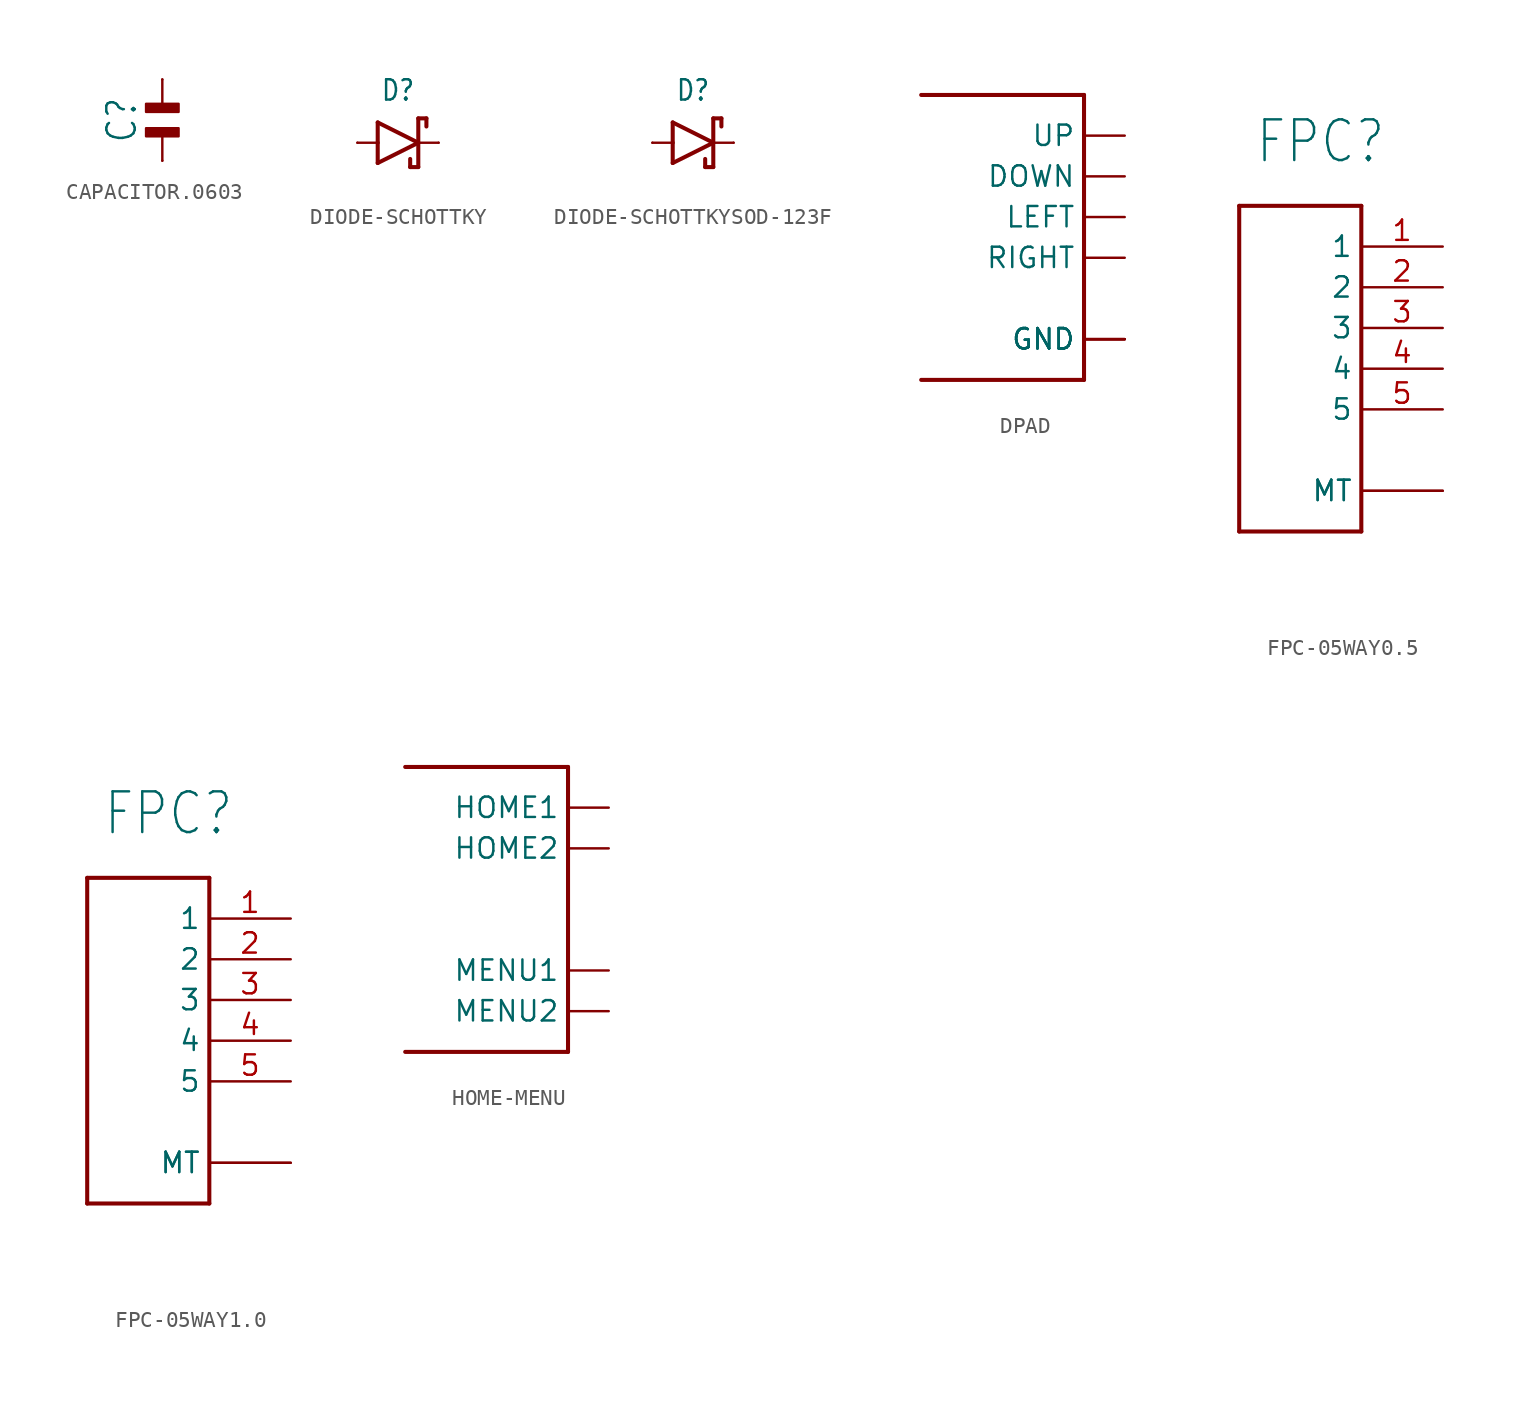
<source format=kicad_sym>
(kicad_symbol_lib
  (version 20220914)
  (generator kicad_symbol_editor)
  (symbol "CAPACITOR.0603"
    (property "Reference" "C"
      (at -2.54 0 90)
      (effects (font (size 1.778 1.511))))
    (property "Value" ""
      (at 2.54 0 90)
      (effects (font (size 1.778 1.511))))
    (property "ki_locked" ""
      (at 0 0 0)
      (effects (font (size 1.27 1.27))))
    (symbol "CAPACITOR.0603_1_0"
      (polyline (pts (xy 0 -0.889) (xy 0 -2.54)) (stroke (width 0.152) (type solid)) (fill (type none)))
      (polyline (pts (xy 0 2.54) (xy 0 0.889)) (stroke (width 0.152) (type solid)) (fill (type none)))
      (rectangle (start 1.016 -1.016) (end -1.016 -0.508) (stroke (width 0) (type default)) (fill (type outline)))
      (rectangle (start 1.016 0.508) (end -1.016 1.016) (stroke (width 0) (type default)) (fill (type outline)))
      (pin bidirectional line (at 0 2.54 270) (length 0) (name "1" (effects (font (size 0 0)))) (number "1" (effects (font (size 0 0)))))
      (pin bidirectional line (at 0 -2.54 90) (length 0) (name "2" (effects (font (size 0 0)))) (number "2" (effects (font (size 0 0)))))))
  (symbol "DIODE-SCHOTTKY"
    (property "Reference" "D"
      (at 0 2.54 0)
      (effects (font (size 1.27 1.079)) (justify bottom)))
    (property "Value" ""
      (at 0 -2.54 0)
      (effects (font (size 1.27 1.079)) (justify top)))
    (property "ki_locked" ""
      (at 0 0 0)
      (effects (font (size 1.27 1.27))))
    (symbol "DIODE-SCHOTTKY_1_0"
      (polyline (pts (xy -2.54 0) (xy -1.27 0)) (stroke (width 0.152) (type solid)) (fill (type none)))
      (polyline (pts (xy -1.27 -1.27) (xy 1.27 0)) (stroke (width 0.254) (type solid)) (fill (type none)))
      (polyline (pts (xy -1.27 0) (xy -1.27 -1.27)) (stroke (width 0.254) (type solid)) (fill (type none)))
      (polyline (pts (xy -1.27 1.27) (xy -1.27 0)) (stroke (width 0.254) (type solid)) (fill (type none)))
      (polyline (pts (xy 0.762 -1.524) (xy 0.762 -1.016)) (stroke (width 0.254) (type solid)) (fill (type none)))
      (polyline (pts (xy 1.27 -1.524) (xy 0.762 -1.524)) (stroke (width 0.254) (type solid)) (fill (type none)))
      (polyline (pts (xy 1.27 0) (xy -1.27 1.27)) (stroke (width 0.254) (type solid)) (fill (type none)))
      (polyline (pts (xy 1.27 0) (xy 1.27 -1.524)) (stroke (width 0.254) (type solid)) (fill (type none)))
      (polyline (pts (xy 1.27 1.524) (xy 1.27 0)) (stroke (width 0.254) (type solid)) (fill (type none)))
      (polyline (pts (xy 1.27 1.524) (xy 1.778 1.524)) (stroke (width 0.254) (type solid)) (fill (type none)))
      (polyline (pts (xy 1.778 1.524) (xy 1.778 1.016)) (stroke (width 0.254) (type solid)) (fill (type none)))
      (polyline (pts (xy 2.54 0) (xy 1.27 0)) (stroke (width 0.152) (type solid)) (fill (type none)))
      (pin passive line (at -2.54 0 0) (length 0) (name "A" (effects (font (size 0 0)))) (number "A" (effects (font (size 0 0)))))
      (pin passive line (at 2.54 0 180) (length 0) (name "C" (effects (font (size 0 0)))) (number "C" (effects (font (size 0 0)))))))
  (symbol "DIODE-SCHOTTKYSOD-123F"
    (property "Reference" "D"
      (at 0 2.54 0)
      (effects (font (size 1.27 1.079)) (justify bottom)))
    (property "Value" ""
      (at 0 -2.54 0)
      (effects (font (size 1.27 1.079)) (justify top)))
    (property "ki_locked" ""
      (at 0 0 0)
      (effects (font (size 1.27 1.27))))
    (symbol "DIODE-SCHOTTKYSOD-123F_1_0"
      (polyline (pts (xy -2.54 0) (xy -1.27 0)) (stroke (width 0.152) (type solid)) (fill (type none)))
      (polyline (pts (xy -1.27 -1.27) (xy 1.27 0)) (stroke (width 0.254) (type solid)) (fill (type none)))
      (polyline (pts (xy -1.27 0) (xy -1.27 -1.27)) (stroke (width 0.254) (type solid)) (fill (type none)))
      (polyline (pts (xy -1.27 1.27) (xy -1.27 0)) (stroke (width 0.254) (type solid)) (fill (type none)))
      (polyline (pts (xy 0.762 -1.524) (xy 0.762 -1.016)) (stroke (width 0.254) (type solid)) (fill (type none)))
      (polyline (pts (xy 1.27 -1.524) (xy 0.762 -1.524)) (stroke (width 0.254) (type solid)) (fill (type none)))
      (polyline (pts (xy 1.27 0) (xy -1.27 1.27)) (stroke (width 0.254) (type solid)) (fill (type none)))
      (polyline (pts (xy 1.27 0) (xy 1.27 -1.524)) (stroke (width 0.254) (type solid)) (fill (type none)))
      (polyline (pts (xy 1.27 1.524) (xy 1.27 0)) (stroke (width 0.254) (type solid)) (fill (type none)))
      (polyline (pts (xy 1.27 1.524) (xy 1.778 1.524)) (stroke (width 0.254) (type solid)) (fill (type none)))
      (polyline (pts (xy 1.778 1.524) (xy 1.778 1.016)) (stroke (width 0.254) (type solid)) (fill (type none)))
      (polyline (pts (xy 2.54 0) (xy 1.27 0)) (stroke (width 0.152) (type solid)) (fill (type none)))
      (pin passive line (at -2.54 0 0) (length 0) (name "A" (effects (font (size 0 0)))) (number "A" (effects (font (size 0 0)))))
      (pin passive line (at 2.54 0 180) (length 0) (name "C" (effects (font (size 0 0)))) (number "C" (effects (font (size 0 0)))))))
  (symbol "DPAD"
    (property "Reference" ""
      (at -5.08 10.16 0)
      (effects (font (size 1.27 1.079)) (justify left bottom) hide))
    (property "ki_locked" ""
      (at 0 0 0)
      (effects (font (size 1.27 1.27))))
    (symbol "DPAD_1_0"
      (polyline (pts (xy -5.08 7.62) (xy 5.08 7.62)) (stroke (width 0.254) (type solid)) (fill (type none)))
      (polyline (pts (xy 5.08 -10.16) (xy -5.08 -10.16)) (stroke (width 0.254) (type solid)) (fill (type none)))
      (polyline (pts (xy 5.08 7.62) (xy 5.08 -10.16)) (stroke (width 0.254) (type solid)) (fill (type none)))
      (pin bidirectional line (at 7.62 2.54 180) (length 2.54) (name "DOWN" (effects (font (size 1.27 1.27)))) (number "DOWN" (effects (font (size 0 0)))))
      (pin bidirectional line (at 7.62 -7.62 180) (length 2.54) (name "GND" (effects (font (size 1.27 1.27)))) (number "GND1" (effects (font (size 0 0)))))
      (pin bidirectional line (at 7.62 -7.62 180) (length 2.54) (name "GND" (effects (font (size 1.27 1.27)))) (number "GND2" (effects (font (size 0 0)))))
      (pin bidirectional line (at 7.62 -7.62 180) (length 2.54) (name "GND" (effects (font (size 1.27 1.27)))) (number "GND3" (effects (font (size 0 0)))))
      (pin bidirectional line (at 7.62 -7.62 180) (length 2.54) (name "GND" (effects (font (size 1.27 1.27)))) (number "GND4" (effects (font (size 0 0)))))
      (pin bidirectional line (at 7.62 0 180) (length 2.54) (name "LEFT" (effects (font (size 1.27 1.27)))) (number "LEFT" (effects (font (size 0 0)))))
      (pin bidirectional line (at 7.62 -2.54 180) (length 2.54) (name "RIGHT" (effects (font (size 1.27 1.27)))) (number "RIGHT" (effects (font (size 0 0)))))
      (pin bidirectional line (at 7.62 5.08 180) (length 2.54) (name "UP" (effects (font (size 1.27 1.27)))) (number "UP" (effects (font (size 0 0)))))))
  (symbol "FPC-05WAY0.5"
    (property "Reference" "FPC"
      (at -2.54 5.08 0)
      (effects (font (size 2.54 2.159)) (justify bottom)))
    (property "Value" ""
      (at -2.54 -20.32 0)
      (effects (font (size 2.54 2.159)) (justify top)))
    (property "ki_locked" ""
      (at 0 0 0)
      (effects (font (size 1.27 1.27))))
    (symbol "FPC-05WAY0.5_1_0"
      (polyline (pts (xy -7.62 -17.78) (xy 0 -17.78)) (stroke (width 0.254) (type solid)) (fill (type none)))
      (polyline (pts (xy -7.62 2.54) (xy -7.62 -17.78)) (stroke (width 0.254) (type solid)) (fill (type none)))
      (polyline (pts (xy 0 2.54) (xy -7.62 2.54)) (stroke (width 0.254) (type solid)) (fill (type none)))
      (polyline (pts (xy 0 2.54) (xy 0 -17.78)) (stroke (width 0.254) (type solid)) (fill (type none)))
      (pin bidirectional line (at 5.08 0 180) (length 5.08) (name "1" (effects (font (size 1.27 1.27)))) (number "1" (effects (font (size 1.27 1.27)))))
      (pin bidirectional line (at 5.08 -2.54 180) (length 5.08) (name "2" (effects (font (size 1.27 1.27)))) (number "2" (effects (font (size 1.27 1.27)))))
      (pin bidirectional line (at 5.08 -5.08 180) (length 5.08) (name "3" (effects (font (size 1.27 1.27)))) (number "3" (effects (font (size 1.27 1.27)))))
      (pin bidirectional line (at 5.08 -7.62 180) (length 5.08) (name "4" (effects (font (size 1.27 1.27)))) (number "4" (effects (font (size 1.27 1.27)))))
      (pin bidirectional line (at 5.08 -10.16 180) (length 5.08) (name "5" (effects (font (size 1.27 1.27)))) (number "5" (effects (font (size 1.27 1.27)))))
      (pin bidirectional line (at 5.08 -15.24 180) (length 5.08) (name "MT" (effects (font (size 1.27 1.27)))) (number "MT1" (effects (font (size 0 0)))))
      (pin bidirectional line (at 5.08 -15.24 180) (length 5.08) (name "MT" (effects (font (size 1.27 1.27)))) (number "MT2" (effects (font (size 0 0)))))))
  (symbol "FPC-05WAY1.0"
    (property "Reference" "FPC"
      (at -2.54 5.08 0)
      (effects (font (size 2.54 2.159)) (justify bottom)))
    (property "Value" ""
      (at -2.54 -20.32 0)
      (effects (font (size 2.54 2.159)) (justify top)))
    (property "ki_locked" ""
      (at 0 0 0)
      (effects (font (size 1.27 1.27))))
    (symbol "FPC-05WAY1.0_1_0"
      (polyline (pts (xy -7.62 -17.78) (xy 0 -17.78)) (stroke (width 0.254) (type solid)) (fill (type none)))
      (polyline (pts (xy -7.62 2.54) (xy -7.62 -17.78)) (stroke (width 0.254) (type solid)) (fill (type none)))
      (polyline (pts (xy 0 2.54) (xy -7.62 2.54)) (stroke (width 0.254) (type solid)) (fill (type none)))
      (polyline (pts (xy 0 2.54) (xy 0 -17.78)) (stroke (width 0.254) (type solid)) (fill (type none)))
      (pin bidirectional line (at 5.08 0 180) (length 5.08) (name "1" (effects (font (size 1.27 1.27)))) (number "1" (effects (font (size 1.27 1.27)))))
      (pin bidirectional line (at 5.08 -2.54 180) (length 5.08) (name "2" (effects (font (size 1.27 1.27)))) (number "2" (effects (font (size 1.27 1.27)))))
      (pin bidirectional line (at 5.08 -5.08 180) (length 5.08) (name "3" (effects (font (size 1.27 1.27)))) (number "3" (effects (font (size 1.27 1.27)))))
      (pin bidirectional line (at 5.08 -7.62 180) (length 5.08) (name "4" (effects (font (size 1.27 1.27)))) (number "4" (effects (font (size 1.27 1.27)))))
      (pin bidirectional line (at 5.08 -10.16 180) (length 5.08) (name "5" (effects (font (size 1.27 1.27)))) (number "5" (effects (font (size 1.27 1.27)))))
      (pin bidirectional line (at 5.08 -15.24 180) (length 5.08) (name "MT" (effects (font (size 1.27 1.27)))) (number "MT1" (effects (font (size 0 0)))))
      (pin bidirectional line (at 5.08 -15.24 180) (length 5.08) (name "MT" (effects (font (size 1.27 1.27)))) (number "MT2" (effects (font (size 0 0)))))))
  (symbol "HOME-MENU"
    (property "Reference" ""
      (at -5.08 10.16 0)
      (effects (font (size 1.27 1.079)) (justify left bottom) hide))
    (property "ki_locked" ""
      (at 0 0 0)
      (effects (font (size 1.27 1.27))))
    (symbol "HOME-MENU_1_0"
      (polyline (pts (xy -5.08 7.62) (xy 5.08 7.62)) (stroke (width 0.254) (type solid)) (fill (type none)))
      (polyline (pts (xy 5.08 -10.16) (xy -5.08 -10.16)) (stroke (width 0.254) (type solid)) (fill (type none)))
      (polyline (pts (xy 5.08 7.62) (xy 5.08 -10.16)) (stroke (width 0.254) (type solid)) (fill (type none)))
      (pin bidirectional line (at 7.62 -7.62 180) (length 2.54) (name "MENU2" (effects (font (size 1.27 1.27)))) (number "GND3" (effects (font (size 0 0)))))
      (pin bidirectional line (at 7.62 2.54 180) (length 2.54) (name "HOME2" (effects (font (size 1.27 1.27)))) (number "GND4" (effects (font (size 0 0)))))
      (pin bidirectional line (at 7.62 5.08 180) (length 2.54) (name "HOME1" (effects (font (size 1.27 1.27)))) (number "HOME" (effects (font (size 0 0)))))
      (pin bidirectional line (at 7.62 -5.08 180) (length 2.54) (name "MENU1" (effects (font (size 1.27 1.27)))) (number "MENU" (effects (font (size 0 0))))))))
</source>
